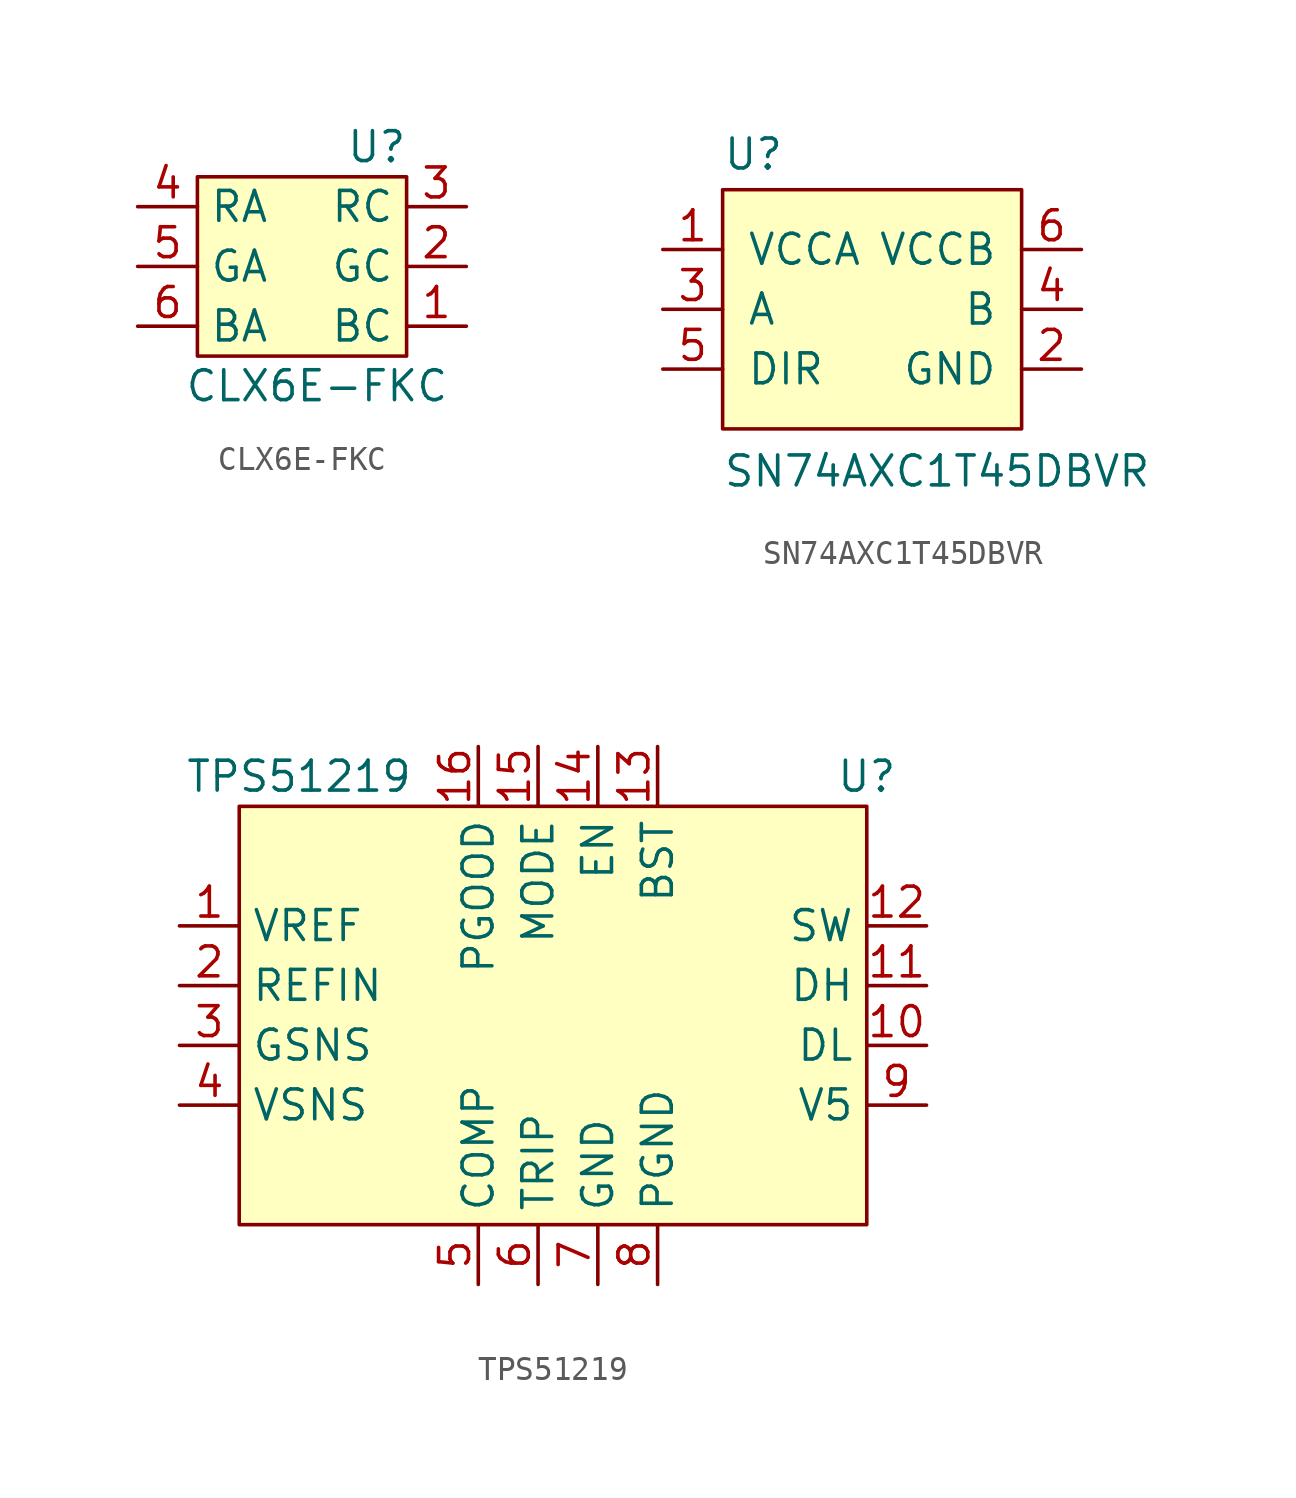
<source format=kicad_sym>
(kicad_symbol_lib
  (version 20220914)
  (generator kicad_symbol_editor)
  (symbol "CLX6E-FKC"
    (property "Reference" "U"
      (at 3.81 5.08 0)
      (effects (font (size 1.27 1.27))))
    (property "Value" "CLX6E-FKC"
      (at 1.27 -5.08 0)
      (effects (font (size 1.27 1.27))))
    (symbol "CLX6E-FKC_0_1"
      (rectangle (start -3.81 3.81) (end 5.08 -3.81) (stroke (width 0.152) (type default)) (fill (type background))))
    (symbol "CLX6E-FKC_1_1"
      (pin bidirectional line (at 7.62 -2.54 180) (length 2.54) (name "BC" (effects (font (size 1.27 1.27)))) (number "1" (effects (font (size 1.27 1.27)))))
      (pin bidirectional line (at 7.62 0 180) (length 2.54) (name "GC" (effects (font (size 1.27 1.27)))) (number "2" (effects (font (size 1.27 1.27)))))
      (pin bidirectional line (at 7.62 2.54 180) (length 2.54) (name "RC" (effects (font (size 1.27 1.27)))) (number "3" (effects (font (size 1.27 1.27)))))
      (pin bidirectional line (at -6.35 2.54 0) (length 2.54) (name "RA" (effects (font (size 1.27 1.27)))) (number "4" (effects (font (size 1.27 1.27)))))
      (pin bidirectional line (at -6.35 0 0) (length 2.54) (name "GA" (effects (font (size 1.27 1.27)))) (number "5" (effects (font (size 1.27 1.27)))))
      (pin input line (at -6.35 -2.54 0) (length 2.54) (name "BA" (effects (font (size 1.27 1.27)))) (number "6" (effects (font (size 1.27 1.27)))))))
  (symbol "SN74AXC1T45DBVR"
    (pin_names
      (offset 1.016))
    (property "Reference" "U"
      (at -10.16 10.922 0)
      (effects (font (size 1.27 1.27)) (justify left bottom)))
    (property "Value" "SN74AXC1T45DBVR"
      (at -10.16 -2.54 0)
      (effects (font (size 1.27 1.27)) (justify left bottom)))
    (symbol "SN74AXC1T45DBVR_0_0"
      (rectangle (start -10.16 10.16) (end 2.54 0) (stroke (width 0.152) (type default)) (fill (type background)))
      (pin power_in line (at -12.7 7.62 0) (length 2.54) (name "VCCA" (effects (font (size 1.27 1.27)))) (number "1" (effects (font (size 1.27 1.27)))))
      (pin power_in line (at 5.08 2.54 180) (length 2.54) (name "GND" (effects (font (size 1.27 1.27)))) (number "2" (effects (font (size 1.27 1.27)))))
      (pin bidirectional line (at -12.7 5.08 0) (length 2.54) (name "A" (effects (font (size 1.27 1.27)))) (number "3" (effects (font (size 1.27 1.27)))))
      (pin bidirectional line (at 5.08 5.08 180) (length 2.54) (name "B" (effects (font (size 1.27 1.27)))) (number "4" (effects (font (size 1.27 1.27)))))
      (pin input line (at -12.7 2.54 0) (length 2.54) (name "DIR" (effects (font (size 1.27 1.27)))) (number "5" (effects (font (size 1.27 1.27)))))
      (pin power_in line (at 5.08 7.62 180) (length 2.54) (name "VCCB" (effects (font (size 1.27 1.27)))) (number "6" (effects (font (size 1.27 1.27)))))))
  (symbol "TPS51219"
    (property "Reference" "U"
      (at 13.97 8.89 0)
      (effects (font (size 1.27 1.27))))
    (property "Value" "TPS51219"
      (at -10.16 8.89 0)
      (effects (font (size 1.27 1.27))))
    (symbol "TPS51219_0_1"
      (rectangle (start -12.7 7.62) (end 13.97 -10.16) (stroke (width 0.152) (type default)) (fill (type background))))
    (symbol "TPS51219_1_1"
      (pin input line (at -15.24 2.54 0) (length 2.54) (name "VREF" (effects (font (size 1.27 1.27)))) (number "1" (effects (font (size 1.27 1.27)))))
      (pin input line (at 16.51 -2.54 180) (length 2.54) (name "DL" (effects (font (size 1.27 1.27)))) (number "10" (effects (font (size 1.27 1.27)))))
      (pin input line (at 16.51 0 180) (length 2.54) (name "DH" (effects (font (size 1.27 1.27)))) (number "11" (effects (font (size 1.27 1.27)))))
      (pin input line (at 16.51 2.54 180) (length 2.54) (name "SW" (effects (font (size 1.27 1.27)))) (number "12" (effects (font (size 1.27 1.27)))))
      (pin input line (at 5.08 10.16 270) (length 2.54) (name "BST" (effects (font (size 1.27 1.27)))) (number "13" (effects (font (size 1.27 1.27)))))
      (pin input line (at 2.54 10.16 270) (length 2.54) (name "EN" (effects (font (size 1.27 1.27)))) (number "14" (effects (font (size 1.27 1.27)))))
      (pin input line (at 0 10.16 270) (length 2.54) (name "MODE" (effects (font (size 1.27 1.27)))) (number "15" (effects (font (size 1.27 1.27)))))
      (pin input line (at -2.54 10.16 270) (length 2.54) (name "PGOOD" (effects (font (size 1.27 1.27)))) (number "16" (effects (font (size 1.27 1.27)))))
      (pin input line (at -15.24 0 0) (length 2.54) (name "REFIN" (effects (font (size 1.27 1.27)))) (number "2" (effects (font (size 1.27 1.27)))))
      (pin input line (at -15.24 -2.54 0) (length 2.54) (name "GSNS" (effects (font (size 1.27 1.27)))) (number "3" (effects (font (size 1.27 1.27)))))
      (pin input line (at -15.24 -5.08 0) (length 2.54) (name "VSNS" (effects (font (size 1.27 1.27)))) (number "4" (effects (font (size 1.27 1.27)))))
      (pin input line (at -2.54 -12.7 90) (length 2.54) (name "COMP" (effects (font (size 1.27 1.27)))) (number "5" (effects (font (size 1.27 1.27)))))
      (pin input line (at 0 -12.7 90) (length 2.54) (name "TRIP" (effects (font (size 1.27 1.27)))) (number "6" (effects (font (size 1.27 1.27)))))
      (pin input line (at 2.54 -12.7 90) (length 2.54) (name "GND" (effects (font (size 1.27 1.27)))) (number "7" (effects (font (size 1.27 1.27)))))
      (pin input line (at 5.08 -12.7 90) (length 2.54) (name "PGND" (effects (font (size 1.27 1.27)))) (number "8" (effects (font (size 1.27 1.27)))))
      (pin input line (at 16.51 -5.08 180) (length 2.54) (name "V5" (effects (font (size 1.27 1.27)))) (number "9" (effects (font (size 1.27 1.27))))))))
</source>
